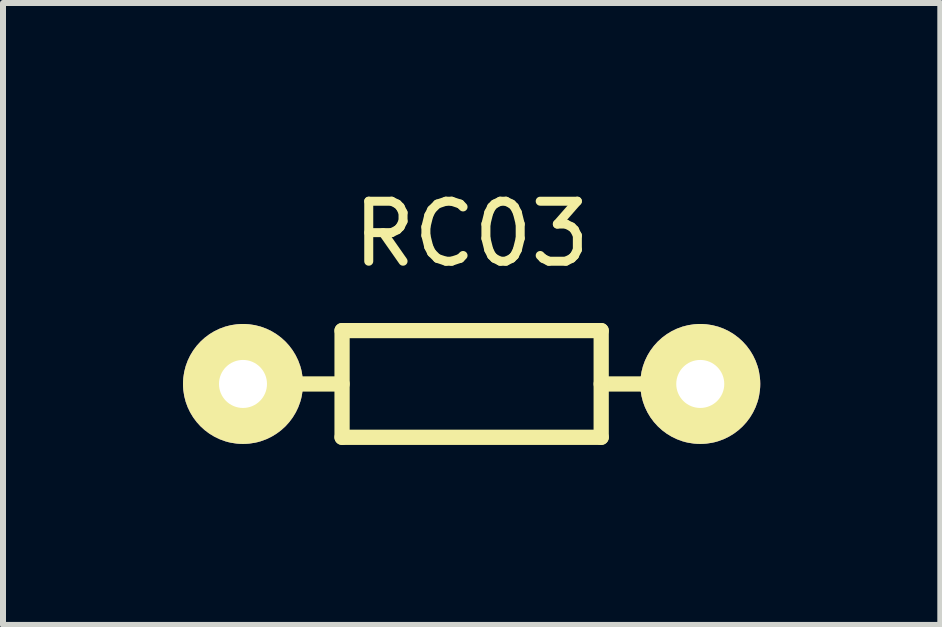
<source format=kicad_pcb>
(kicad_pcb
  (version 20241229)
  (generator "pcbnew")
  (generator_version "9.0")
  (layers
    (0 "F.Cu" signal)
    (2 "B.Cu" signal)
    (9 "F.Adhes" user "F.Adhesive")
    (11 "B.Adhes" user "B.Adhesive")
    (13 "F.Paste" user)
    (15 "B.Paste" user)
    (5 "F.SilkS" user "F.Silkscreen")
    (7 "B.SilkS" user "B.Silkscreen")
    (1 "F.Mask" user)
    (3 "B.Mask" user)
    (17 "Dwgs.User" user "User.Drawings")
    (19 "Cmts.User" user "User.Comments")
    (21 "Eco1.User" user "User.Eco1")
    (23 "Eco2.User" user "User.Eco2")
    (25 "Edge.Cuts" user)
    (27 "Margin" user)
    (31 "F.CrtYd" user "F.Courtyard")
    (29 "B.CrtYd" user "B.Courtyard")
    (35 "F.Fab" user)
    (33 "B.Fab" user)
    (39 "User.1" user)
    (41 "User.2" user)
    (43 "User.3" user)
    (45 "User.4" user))
  (footprint "RC03"
    (layer "F.Cu")
    (at 4.809 3.348)
    (property "Reference" "RC03" (at 0 -2.5 0) (layer "F.SilkS") (effects (font (size 1 1) (thickness 0.15))))
    (attr through_hole)
    (fp_line (start -2.159 -0.889) (end -2.159 0.889) (stroke (width 0.254) (type solid)) (layer "F.SilkS"))
    (fp_line (start -2.159 0) (end -3.81 0) (stroke (width 0.254) (type solid)) (layer "F.SilkS"))
    (fp_line (start -2.159 0.889) (end 2.159 0.889) (stroke (width 0.254) (type solid)) (layer "F.SilkS"))
    (fp_line (start 2.159 -0.889) (end -2.159 -0.889) (stroke (width 0.254) (type solid)) (layer "F.SilkS"))
    (fp_line (start 2.159 0) (end 3.81 0) (stroke (width 0.254) (type solid)) (layer "F.SilkS"))
    (fp_line (start 2.159 0.889) (end 2.159 -0.889) (stroke (width 0.254) (type solid)) (layer "F.SilkS"))
    (pad "1" thru_hole circle (at -3.81 0) (size 1.999 1.999) (drill 0.8) (layers "*.Cu" "*.Mask" "F.SilkS"))
    (pad "2" thru_hole circle (at 3.81 0) (size 1.999 1.999) (drill 0.8) (layers "*.Cu" "*.Mask" "F.SilkS")))
  (gr_rect
    (start -3 -3)
    (end 12.619 7.364)
    (stroke (width 0.1) (type default))
    (fill no)
    (layer "Edge.Cuts")))
</source>
